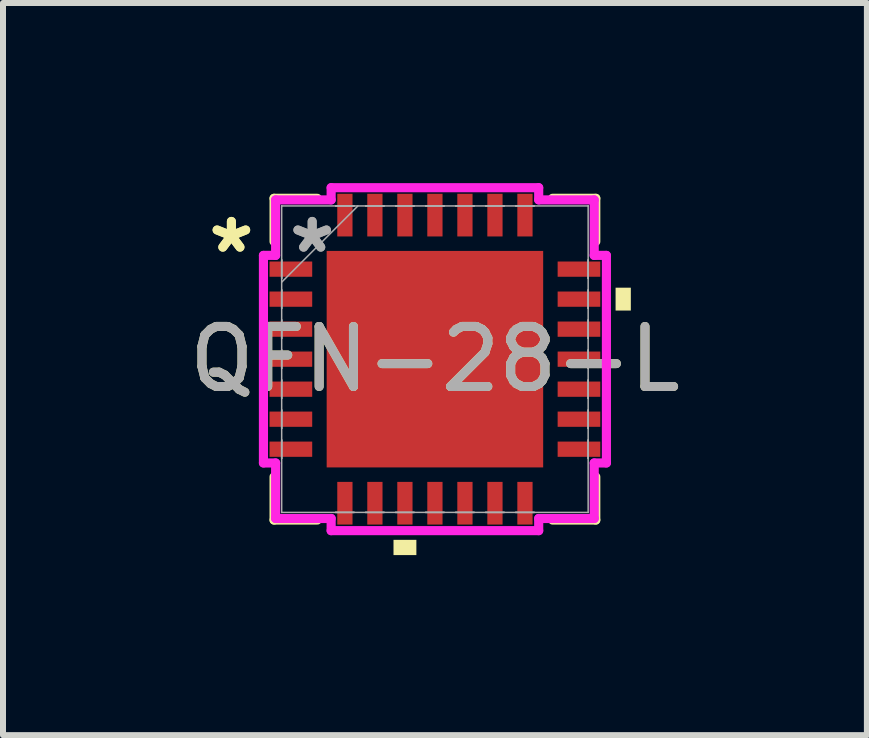
<source format=kicad_pcb>
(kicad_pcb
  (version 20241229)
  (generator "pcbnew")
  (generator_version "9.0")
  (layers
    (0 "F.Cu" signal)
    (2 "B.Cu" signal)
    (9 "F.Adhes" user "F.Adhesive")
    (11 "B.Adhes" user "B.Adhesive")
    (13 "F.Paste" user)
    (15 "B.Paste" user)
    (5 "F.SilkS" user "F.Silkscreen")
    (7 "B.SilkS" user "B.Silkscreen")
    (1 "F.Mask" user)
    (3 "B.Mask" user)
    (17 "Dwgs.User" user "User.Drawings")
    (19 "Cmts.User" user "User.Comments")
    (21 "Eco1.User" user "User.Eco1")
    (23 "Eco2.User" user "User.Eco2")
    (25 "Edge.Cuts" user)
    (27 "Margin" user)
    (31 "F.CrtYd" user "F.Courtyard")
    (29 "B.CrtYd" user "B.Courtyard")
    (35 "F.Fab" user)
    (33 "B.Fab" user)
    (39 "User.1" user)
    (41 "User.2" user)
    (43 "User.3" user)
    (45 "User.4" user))
  (footprint "QFN-28-L"
    (layer "F.Cu")
    (at 4.196 2.934)
    (property "Reference" "QFN-28-L" (at 0 0 0) (unlocked yes) (layer "F.SilkS") (effects (font (size 1 1) (thickness 0.15))))
    (attr smd)
    (fp_line (start -2.68 -2.68) (end -2.68 -1.96) (stroke (width 0.152) (type solid)) (layer "F.SilkS"))
    (fp_line (start -2.68 1.96) (end -2.68 2.68) (stroke (width 0.152) (type solid)) (layer "F.SilkS"))
    (fp_line (start -2.68 2.68) (end -1.96 2.68) (stroke (width 0.152) (type solid)) (layer "F.SilkS"))
    (fp_line (start -1.96 -2.68) (end -2.68 -2.68) (stroke (width 0.152) (type solid)) (layer "F.SilkS"))
    (fp_line (start 1.96 2.68) (end 2.68 2.68) (stroke (width 0.152) (type solid)) (layer "F.SilkS"))
    (fp_line (start 2.68 -2.68) (end 1.96 -2.68) (stroke (width 0.152) (type solid)) (layer "F.SilkS"))
    (fp_line (start 2.68 -1.96) (end 2.68 -2.68) (stroke (width 0.152) (type solid)) (layer "F.SilkS"))
    (fp_line (start 2.68 2.68) (end 2.68 1.96) (stroke (width 0.152) (type solid)) (layer "F.SilkS"))
    (fp_poly (pts (xy -0.69 3.01) (xy -0.69 3.264) (xy -0.309 3.264) (xy -0.309 3.01)) (stroke (width 0) (type solid)) (fill yes) (layer "F.SilkS"))
    (fp_poly (pts (xy 3.264 -1.191) (xy 3.264 -0.81) (xy 3.01 -0.81) (xy 3.01 -1.191)) (stroke (width 0) (type solid)) (fill yes) (layer "F.SilkS"))
    (fp_poly (pts (xy -1.703 -1.703) (xy -1.703 -0.1) (xy -0.1 -0.1) (xy -0.1 -1.703)) (stroke (width 0) (type solid)) (fill yes) (layer "F.Paste"))
    (fp_poly (pts (xy -1.703 0.1) (xy -1.703 1.703) (xy -0.1 1.703) (xy -0.1 0.1)) (stroke (width 0) (type solid)) (fill yes) (layer "F.Paste"))
    (fp_poly (pts (xy 0.1 -1.703) (xy 0.1 -0.1) (xy 1.703 -0.1) (xy 1.703 -1.703)) (stroke (width 0) (type solid)) (fill yes) (layer "F.Paste"))
    (fp_poly (pts (xy 0.1 0.1) (xy 0.1 1.703) (xy 1.703 1.703) (xy 1.703 0.1)) (stroke (width 0) (type solid)) (fill yes) (layer "F.Paste"))
    (fp_line (start -2.857 -1.729) (end -2.654 -1.729) (stroke (width 0.152) (type solid)) (layer "F.CrtYd"))
    (fp_line (start -2.857 1.729) (end -2.857 -1.729) (stroke (width 0.152) (type solid)) (layer "F.CrtYd"))
    (fp_line (start -2.654 -2.654) (end -1.729 -2.654) (stroke (width 0.152) (type solid)) (layer "F.CrtYd"))
    (fp_line (start -2.654 -1.729) (end -2.654 -2.654) (stroke (width 0.152) (type solid)) (layer "F.CrtYd"))
    (fp_line (start -2.654 1.729) (end -2.857 1.729) (stroke (width 0.152) (type solid)) (layer "F.CrtYd"))
    (fp_line (start -2.654 2.654) (end -2.654 1.729) (stroke (width 0.152) (type solid)) (layer "F.CrtYd"))
    (fp_line (start -1.729 -2.857) (end 1.729 -2.857) (stroke (width 0.152) (type solid)) (layer "F.CrtYd"))
    (fp_line (start -1.729 -2.654) (end -1.729 -2.857) (stroke (width 0.152) (type solid)) (layer "F.CrtYd"))
    (fp_line (start -1.729 2.654) (end -2.654 2.654) (stroke (width 0.152) (type solid)) (layer "F.CrtYd"))
    (fp_line (start -1.729 2.857) (end -1.729 2.654) (stroke (width 0.152) (type solid)) (layer "F.CrtYd"))
    (fp_line (start 1.729 -2.857) (end 1.729 -2.654) (stroke (width 0.152) (type solid)) (layer "F.CrtYd"))
    (fp_line (start 1.729 -2.654) (end 2.654 -2.654) (stroke (width 0.152) (type solid)) (layer "F.CrtYd"))
    (fp_line (start 1.729 2.654) (end 1.729 2.857) (stroke (width 0.152) (type solid)) (layer "F.CrtYd"))
    (fp_line (start 1.729 2.857) (end -1.729 2.857) (stroke (width 0.152) (type solid)) (layer "F.CrtYd"))
    (fp_line (start 2.654 -2.654) (end 2.654 -1.729) (stroke (width 0.152) (type solid)) (layer "F.CrtYd"))
    (fp_line (start 2.654 -1.729) (end 2.857 -1.729) (stroke (width 0.152) (type solid)) (layer "F.CrtYd"))
    (fp_line (start 2.654 1.729) (end 2.654 2.654) (stroke (width 0.152) (type solid)) (layer "F.CrtYd"))
    (fp_line (start 2.654 2.654) (end 1.729 2.654) (stroke (width 0.152) (type solid)) (layer "F.CrtYd"))
    (fp_line (start 2.857 -1.729) (end 2.857 1.729) (stroke (width 0.152) (type solid)) (layer "F.CrtYd"))
    (fp_line (start 2.857 1.729) (end 2.654 1.729) (stroke (width 0.152) (type solid)) (layer "F.CrtYd"))
    (fp_line (start -2.553 -2.553) (end -2.553 -2.553) (stroke (width 0.025) (type solid)) (layer "F.Fab"))
    (fp_line (start -2.553 -2.553) (end -2.553 2.553) (stroke (width 0.025) (type solid)) (layer "F.Fab"))
    (fp_line (start -2.553 -1.652) (end -2.553 -1.652) (stroke (width 0.025) (type solid)) (layer "F.Fab"))
    (fp_line (start -2.553 -1.652) (end -2.553 -1.348) (stroke (width 0.025) (type solid)) (layer "F.Fab"))
    (fp_line (start -2.553 -1.348) (end -2.553 -1.652) (stroke (width 0.025) (type solid)) (layer "F.Fab"))
    (fp_line (start -2.553 -1.348) (end -2.553 -1.348) (stroke (width 0.025) (type solid)) (layer "F.Fab"))
    (fp_line (start -2.553 -1.283) (end -1.283 -2.553) (stroke (width 0.025) (type solid)) (layer "F.Fab"))
    (fp_line (start -2.553 -1.152) (end -2.553 -1.152) (stroke (width 0.025) (type solid)) (layer "F.Fab"))
    (fp_line (start -2.553 -1.152) (end -2.553 -0.848) (stroke (width 0.025) (type solid)) (layer "F.Fab"))
    (fp_line (start -2.553 -0.848) (end -2.553 -1.152) (stroke (width 0.025) (type solid)) (layer "F.Fab"))
    (fp_line (start -2.553 -0.848) (end -2.553 -0.848) (stroke (width 0.025) (type solid)) (layer "F.Fab"))
    (fp_line (start -2.553 -0.652) (end -2.553 -0.652) (stroke (width 0.025) (type solid)) (layer "F.Fab"))
    (fp_line (start -2.553 -0.652) (end -2.553 -0.348) (stroke (width 0.025) (type solid)) (layer "F.Fab"))
    (fp_line (start -2.553 -0.348) (end -2.553 -0.652) (stroke (width 0.025) (type solid)) (layer "F.Fab"))
    (fp_line (start -2.553 -0.348) (end -2.553 -0.348) (stroke (width 0.025) (type solid)) (layer "F.Fab"))
    (fp_line (start -2.553 -0.152) (end -2.553 -0.152) (stroke (width 0.025) (type solid)) (layer "F.Fab"))
    (fp_line (start -2.553 -0.152) (end -2.553 0.152) (stroke (width 0.025) (type solid)) (layer "F.Fab"))
    (fp_line (start -2.553 0.152) (end -2.553 -0.152) (stroke (width 0.025) (type solid)) (layer "F.Fab"))
    (fp_line (start -2.553 0.152) (end -2.553 0.152) (stroke (width 0.025) (type solid)) (layer "F.Fab"))
    (fp_line (start -2.553 0.348) (end -2.553 0.348) (stroke (width 0.025) (type solid)) (layer "F.Fab"))
    (fp_line (start -2.553 0.348) (end -2.553 0.652) (stroke (width 0.025) (type solid)) (layer "F.Fab"))
    (fp_line (start -2.553 0.652) (end -2.553 0.348) (stroke (width 0.025) (type solid)) (layer "F.Fab"))
    (fp_line (start -2.553 0.652) (end -2.553 0.652) (stroke (width 0.025) (type solid)) (layer "F.Fab"))
    (fp_line (start -2.553 0.848) (end -2.553 0.848) (stroke (width 0.025) (type solid)) (layer "F.Fab"))
    (fp_line (start -2.553 0.848) (end -2.553 1.152) (stroke (width 0.025) (type solid)) (layer "F.Fab"))
    (fp_line (start -2.553 1.152) (end -2.553 0.848) (stroke (width 0.025) (type solid)) (layer "F.Fab"))
    (fp_line (start -2.553 1.152) (end -2.553 1.152) (stroke (width 0.025) (type solid)) (layer "F.Fab"))
    (fp_line (start -2.553 1.348) (end -2.553 1.348) (stroke (width 0.025) (type solid)) (layer "F.Fab"))
    (fp_line (start -2.553 1.348) (end -2.553 1.652) (stroke (width 0.025) (type solid)) (layer "F.Fab"))
    (fp_line (start -2.553 1.652) (end -2.553 1.348) (stroke (width 0.025) (type solid)) (layer "F.Fab"))
    (fp_line (start -2.553 1.652) (end -2.553 1.652) (stroke (width 0.025) (type solid)) (layer "F.Fab"))
    (fp_line (start -2.553 2.553) (end -2.553 2.553) (stroke (width 0.025) (type solid)) (layer "F.Fab"))
    (fp_line (start -2.553 2.553) (end 2.553 2.553) (stroke (width 0.025) (type solid)) (layer "F.Fab"))
    (fp_line (start -1.652 -2.553) (end -1.652 -2.553) (stroke (width 0.025) (type solid)) (layer "F.Fab"))
    (fp_line (start -1.652 -2.553) (end -1.348 -2.553) (stroke (width 0.025) (type solid)) (layer "F.Fab"))
    (fp_line (start -1.652 2.553) (end -1.652 2.553) (stroke (width 0.025) (type solid)) (layer "F.Fab"))
    (fp_line (start -1.652 2.553) (end -1.348 2.553) (stroke (width 0.025) (type solid)) (layer "F.Fab"))
    (fp_line (start -1.348 -2.553) (end -1.652 -2.553) (stroke (width 0.025) (type solid)) (layer "F.Fab"))
    (fp_line (start -1.348 -2.553) (end -1.348 -2.553) (stroke (width 0.025) (type solid)) (layer "F.Fab"))
    (fp_line (start -1.348 2.553) (end -1.652 2.553) (stroke (width 0.025) (type solid)) (layer "F.Fab"))
    (fp_line (start -1.348 2.553) (end -1.348 2.553) (stroke (width 0.025) (type solid)) (layer "F.Fab"))
    (fp_line (start -1.152 -2.553) (end -1.152 -2.553) (stroke (width 0.025) (type solid)) (layer "F.Fab"))
    (fp_line (start -1.152 -2.553) (end -0.848 -2.553) (stroke (width 0.025) (type solid)) (layer "F.Fab"))
    (fp_line (start -1.152 2.553) (end -1.152 2.553) (stroke (width 0.025) (type solid)) (layer "F.Fab"))
    (fp_line (start -1.152 2.553) (end -0.848 2.553) (stroke (width 0.025) (type solid)) (layer "F.Fab"))
    (fp_line (start -0.848 -2.553) (end -1.152 -2.553) (stroke (width 0.025) (type solid)) (layer "F.Fab"))
    (fp_line (start -0.848 -2.553) (end -0.848 -2.553) (stroke (width 0.025) (type solid)) (layer "F.Fab"))
    (fp_line (start -0.848 2.553) (end -1.152 2.553) (stroke (width 0.025) (type solid)) (layer "F.Fab"))
    (fp_line (start -0.848 2.553) (end -0.848 2.553) (stroke (width 0.025) (type solid)) (layer "F.Fab"))
    (fp_line (start -0.652 -2.553) (end -0.652 -2.553) (stroke (width 0.025) (type solid)) (layer "F.Fab"))
    (fp_line (start -0.652 -2.553) (end -0.348 -2.553) (stroke (width 0.025) (type solid)) (layer "F.Fab"))
    (fp_line (start -0.652 2.553) (end -0.652 2.553) (stroke (width 0.025) (type solid)) (layer "F.Fab"))
    (fp_line (start -0.652 2.553) (end -0.348 2.553) (stroke (width 0.025) (type solid)) (layer "F.Fab"))
    (fp_line (start -0.348 -2.553) (end -0.652 -2.553) (stroke (width 0.025) (type solid)) (layer "F.Fab"))
    (fp_line (start -0.348 -2.553) (end -0.348 -2.553) (stroke (width 0.025) (type solid)) (layer "F.Fab"))
    (fp_line (start -0.348 2.553) (end -0.652 2.553) (stroke (width 0.025) (type solid)) (layer "F.Fab"))
    (fp_line (start -0.348 2.553) (end -0.348 2.553) (stroke (width 0.025) (type solid)) (layer "F.Fab"))
    (fp_line (start -0.152 -2.553) (end -0.152 -2.553) (stroke (width 0.025) (type solid)) (layer "F.Fab"))
    (fp_line (start -0.152 -2.553) (end 0.152 -2.553) (stroke (width 0.025) (type solid)) (layer "F.Fab"))
    (fp_line (start -0.152 2.553) (end -0.152 2.553) (stroke (width 0.025) (type solid)) (layer "F.Fab"))
    (fp_line (start -0.152 2.553) (end 0.152 2.553) (stroke (width 0.025) (type solid)) (layer "F.Fab"))
    (fp_line (start 0.152 -2.553) (end -0.152 -2.553) (stroke (width 0.025) (type solid)) (layer "F.Fab"))
    (fp_line (start 0.152 -2.553) (end 0.152 -2.553) (stroke (width 0.025) (type solid)) (layer "F.Fab"))
    (fp_line (start 0.152 2.553) (end -0.152 2.553) (stroke (width 0.025) (type solid)) (layer "F.Fab"))
    (fp_line (start 0.152 2.553) (end 0.152 2.553) (stroke (width 0.025) (type solid)) (layer "F.Fab"))
    (fp_line (start 0.348 -2.553) (end 0.348 -2.553) (stroke (width 0.025) (type solid)) (layer "F.Fab"))
    (fp_line (start 0.348 -2.553) (end 0.652 -2.553) (stroke (width 0.025) (type solid)) (layer "F.Fab"))
    (fp_line (start 0.348 2.553) (end 0.348 2.553) (stroke (width 0.025) (type solid)) (layer "F.Fab"))
    (fp_line (start 0.348 2.553) (end 0.652 2.553) (stroke (width 0.025) (type solid)) (layer "F.Fab"))
    (fp_line (start 0.652 -2.553) (end 0.348 -2.553) (stroke (width 0.025) (type solid)) (layer "F.Fab"))
    (fp_line (start 0.652 -2.553) (end 0.652 -2.553) (stroke (width 0.025) (type solid)) (layer "F.Fab"))
    (fp_line (start 0.652 2.553) (end 0.348 2.553) (stroke (width 0.025) (type solid)) (layer "F.Fab"))
    (fp_line (start 0.652 2.553) (end 0.652 2.553) (stroke (width 0.025) (type solid)) (layer "F.Fab"))
    (fp_line (start 0.848 -2.553) (end 0.848 -2.553) (stroke (width 0.025) (type solid)) (layer "F.Fab"))
    (fp_line (start 0.848 -2.553) (end 1.152 -2.553) (stroke (width 0.025) (type solid)) (layer "F.Fab"))
    (fp_line (start 0.848 2.553) (end 0.848 2.553) (stroke (width 0.025) (type solid)) (layer "F.Fab"))
    (fp_line (start 0.848 2.553) (end 1.152 2.553) (stroke (width 0.025) (type solid)) (layer "F.Fab"))
    (fp_line (start 1.152 -2.553) (end 0.848 -2.553) (stroke (width 0.025) (type solid)) (layer "F.Fab"))
    (fp_line (start 1.152 -2.553) (end 1.152 -2.553) (stroke (width 0.025) (type solid)) (layer "F.Fab"))
    (fp_line (start 1.152 2.553) (end 0.848 2.553) (stroke (width 0.025) (type solid)) (layer "F.Fab"))
    (fp_line (start 1.152 2.553) (end 1.152 2.553) (stroke (width 0.025) (type solid)) (layer "F.Fab"))
    (fp_line (start 1.348 -2.553) (end 1.348 -2.553) (stroke (width 0.025) (type solid)) (layer "F.Fab"))
    (fp_line (start 1.348 -2.553) (end 1.652 -2.553) (stroke (width 0.025) (type solid)) (layer "F.Fab"))
    (fp_line (start 1.348 2.553) (end 1.348 2.553) (stroke (width 0.025) (type solid)) (layer "F.Fab"))
    (fp_line (start 1.348 2.553) (end 1.652 2.553) (stroke (width 0.025) (type solid)) (layer "F.Fab"))
    (fp_line (start 1.652 -2.553) (end 1.348 -2.553) (stroke (width 0.025) (type solid)) (layer "F.Fab"))
    (fp_line (start 1.652 -2.553) (end 1.652 -2.553) (stroke (width 0.025) (type solid)) (layer "F.Fab"))
    (fp_line (start 1.652 2.553) (end 1.348 2.553) (stroke (width 0.025) (type solid)) (layer "F.Fab"))
    (fp_line (start 1.652 2.553) (end 1.652 2.553) (stroke (width 0.025) (type solid)) (layer "F.Fab"))
    (fp_line (start 2.553 -2.553) (end -2.553 -2.553) (stroke (width 0.025) (type solid)) (layer "F.Fab"))
    (fp_line (start 2.553 -2.553) (end 2.553 -2.553) (stroke (width 0.025) (type solid)) (layer "F.Fab"))
    (fp_line (start 2.553 -1.652) (end 2.553 -1.652) (stroke (width 0.025) (type solid)) (layer "F.Fab"))
    (fp_line (start 2.553 -1.652) (end 2.553 -1.348) (stroke (width 0.025) (type solid)) (layer "F.Fab"))
    (fp_line (start 2.553 -1.348) (end 2.553 -1.652) (stroke (width 0.025) (type solid)) (layer "F.Fab"))
    (fp_line (start 2.553 -1.348) (end 2.553 -1.348) (stroke (width 0.025) (type solid)) (layer "F.Fab"))
    (fp_line (start 2.553 -1.152) (end 2.553 -1.152) (stroke (width 0.025) (type solid)) (layer "F.Fab"))
    (fp_line (start 2.553 -1.152) (end 2.553 -0.848) (stroke (width 0.025) (type solid)) (layer "F.Fab"))
    (fp_line (start 2.553 -0.848) (end 2.553 -1.152) (stroke (width 0.025) (type solid)) (layer "F.Fab"))
    (fp_line (start 2.553 -0.848) (end 2.553 -0.848) (stroke (width 0.025) (type solid)) (layer "F.Fab"))
    (fp_line (start 2.553 -0.652) (end 2.553 -0.652) (stroke (width 0.025) (type solid)) (layer "F.Fab"))
    (fp_line (start 2.553 -0.652) (end 2.553 -0.348) (stroke (width 0.025) (type solid)) (layer "F.Fab"))
    (fp_line (start 2.553 -0.348) (end 2.553 -0.652) (stroke (width 0.025) (type solid)) (layer "F.Fab"))
    (fp_line (start 2.553 -0.348) (end 2.553 -0.348) (stroke (width 0.025) (type solid)) (layer "F.Fab"))
    (fp_line (start 2.553 -0.152) (end 2.553 -0.152) (stroke (width 0.025) (type solid)) (layer "F.Fab"))
    (fp_line (start 2.553 -0.152) (end 2.553 0.152) (stroke (width 0.025) (type solid)) (layer "F.Fab"))
    (fp_line (start 2.553 0.152) (end 2.553 -0.152) (stroke (width 0.025) (type solid)) (layer "F.Fab"))
    (fp_line (start 2.553 0.152) (end 2.553 0.152) (stroke (width 0.025) (type solid)) (layer "F.Fab"))
    (fp_line (start 2.553 0.348) (end 2.553 0.348) (stroke (width 0.025) (type solid)) (layer "F.Fab"))
    (fp_line (start 2.553 0.348) (end 2.553 0.652) (stroke (width 0.025) (type solid)) (layer "F.Fab"))
    (fp_line (start 2.553 0.652) (end 2.553 0.348) (stroke (width 0.025) (type solid)) (layer "F.Fab"))
    (fp_line (start 2.553 0.652) (end 2.553 0.652) (stroke (width 0.025) (type solid)) (layer "F.Fab"))
    (fp_line (start 2.553 0.848) (end 2.553 0.848) (stroke (width 0.025) (type solid)) (layer "F.Fab"))
    (fp_line (start 2.553 0.848) (end 2.553 1.152) (stroke (width 0.025) (type solid)) (layer "F.Fab"))
    (fp_line (start 2.553 1.152) (end 2.553 0.848) (stroke (width 0.025) (type solid)) (layer "F.Fab"))
    (fp_line (start 2.553 1.152) (end 2.553 1.152) (stroke (width 0.025) (type solid)) (layer "F.Fab"))
    (fp_line (start 2.553 1.348) (end 2.553 1.348) (stroke (width 0.025) (type solid)) (layer "F.Fab"))
    (fp_line (start 2.553 1.348) (end 2.553 1.652) (stroke (width 0.025) (type solid)) (layer "F.Fab"))
    (fp_line (start 2.553 1.652) (end 2.553 1.348) (stroke (width 0.025) (type solid)) (layer "F.Fab"))
    (fp_line (start 2.553 1.652) (end 2.553 1.652) (stroke (width 0.025) (type solid)) (layer "F.Fab"))
    (fp_line (start 2.553 2.553) (end 2.553 -2.553) (stroke (width 0.025) (type solid)) (layer "F.Fab"))
    (fp_line (start 2.553 2.553) (end 2.553 2.553) (stroke (width 0.025) (type solid)) (layer "F.Fab"))
    (fp_text user "*" (at -3.391 -1.75 0) (layer "F.SilkS") (effects (font (size 1 1) (thickness 0.15))))
    (fp_text user "*" (at -3.391 -1.75 0) (unlocked yes) (layer "F.SilkS") (effects (font (size 1 1) (thickness 0.15))))
    (fp_text user "*" (at -2.045 -1.75 0) (unlocked yes) (layer "F.Fab") (effects (font (size 1 1) (thickness 0.15))))
    (fp_text user "*" (at -2.045 -1.75 0) (layer "F.Fab") (effects (font (size 1 1) (thickness 0.15))))
    (fp_text user "${REFERENCE}" (at 0 0 0) (unlocked yes) (layer "F.Fab") (effects (font (size 1 1) (thickness 0.15))))
    (pad "1" smd rect (at -2.4 -1.5 90) (size 0.254 0.711) (layers "F.Cu" "F.Mask" "F.Paste"))
    (pad "2" smd rect (at -2.4 -1 90) (size 0.254 0.711) (layers "F.Cu" "F.Mask" "F.Paste"))
    (pad "3" smd rect (at -2.4 -0.5 90) (size 0.254 0.711) (layers "F.Cu" "F.Mask" "F.Paste"))
    (pad "4" smd rect (at -2.4 0 90) (size 0.254 0.711) (layers "F.Cu" "F.Mask" "F.Paste"))
    (pad "5" smd rect (at -2.4 0.5 90) (size 0.254 0.711) (layers "F.Cu" "F.Mask" "F.Paste"))
    (pad "6" smd rect (at -2.4 1 90) (size 0.254 0.711) (layers "F.Cu" "F.Mask" "F.Paste"))
    (pad "7" smd rect (at -2.4 1.5 90) (size 0.254 0.711) (layers "F.Cu" "F.Mask" "F.Paste"))
    (pad "8" smd rect (at -1.5 2.4) (size 0.254 0.711) (layers "F.Cu" "F.Mask" "F.Paste"))
    (pad "9" smd rect (at -1 2.4) (size 0.254 0.711) (layers "F.Cu" "F.Mask" "F.Paste"))
    (pad "10" smd rect (at -0.5 2.4) (size 0.254 0.711) (layers "F.Cu" "F.Mask" "F.Paste"))
    (pad "11" smd rect (at 0 2.4) (size 0.254 0.711) (layers "F.Cu" "F.Mask" "F.Paste"))
    (pad "12" smd rect (at 0.5 2.4) (size 0.254 0.711) (layers "F.Cu" "F.Mask" "F.Paste"))
    (pad "13" smd rect (at 1 2.4) (size 0.254 0.711) (layers "F.Cu" "F.Mask" "F.Paste"))
    (pad "14" smd rect (at 1.5 2.4) (size 0.254 0.711) (layers "F.Cu" "F.Mask" "F.Paste"))
    (pad "15" smd rect (at 2.4 1.5 90) (size 0.254 0.711) (layers "F.Cu" "F.Mask" "F.Paste"))
    (pad "16" smd rect (at 2.4 1 90) (size 0.254 0.711) (layers "F.Cu" "F.Mask" "F.Paste"))
    (pad "17" smd rect (at 2.4 0.5 90) (size 0.254 0.711) (layers "F.Cu" "F.Mask" "F.Paste"))
    (pad "18" smd rect (at 2.4 0 90) (size 0.254 0.711) (layers "F.Cu" "F.Mask" "F.Paste"))
    (pad "19" smd rect (at 2.4 -0.5 90) (size 0.254 0.711) (layers "F.Cu" "F.Mask" "F.Paste"))
    (pad "20" smd rect (at 2.4 -1 90) (size 0.254 0.711) (layers "F.Cu" "F.Mask" "F.Paste"))
    (pad "21" smd rect (at 2.4 -1.5 90) (size 0.254 0.711) (layers "F.Cu" "F.Mask" "F.Paste"))
    (pad "22" smd rect (at 1.5 -2.4) (size 0.254 0.711) (layers "F.Cu" "F.Mask" "F.Paste"))
    (pad "23" smd rect (at 1 -2.4) (size 0.254 0.711) (layers "F.Cu" "F.Mask" "F.Paste"))
    (pad "24" smd rect (at 0.5 -2.4) (size 0.254 0.711) (layers "F.Cu" "F.Mask" "F.Paste"))
    (pad "25" smd rect (at 0 -2.4) (size 0.254 0.711) (layers "F.Cu" "F.Mask" "F.Paste"))
    (pad "26" smd rect (at -0.5 -2.4) (size 0.254 0.711) (layers "F.Cu" "F.Mask" "F.Paste"))
    (pad "27" smd rect (at -1 -2.4) (size 0.254 0.711) (layers "F.Cu" "F.Mask" "F.Paste"))
    (pad "28" smd rect (at -1.5 -2.4) (size 0.254 0.711) (layers "F.Cu" "F.Mask" "F.Paste"))
    (pad "29" smd rect (at 0 0) (size 3.607 3.607) (layers "F.Cu" "F.Mask" "F.Paste")))
  (gr_rect
    (start -3 -3)
    (end 11.393 9.198)
    (stroke (width 0.1) (type default))
    (fill no)
    (layer "Edge.Cuts")))
</source>
